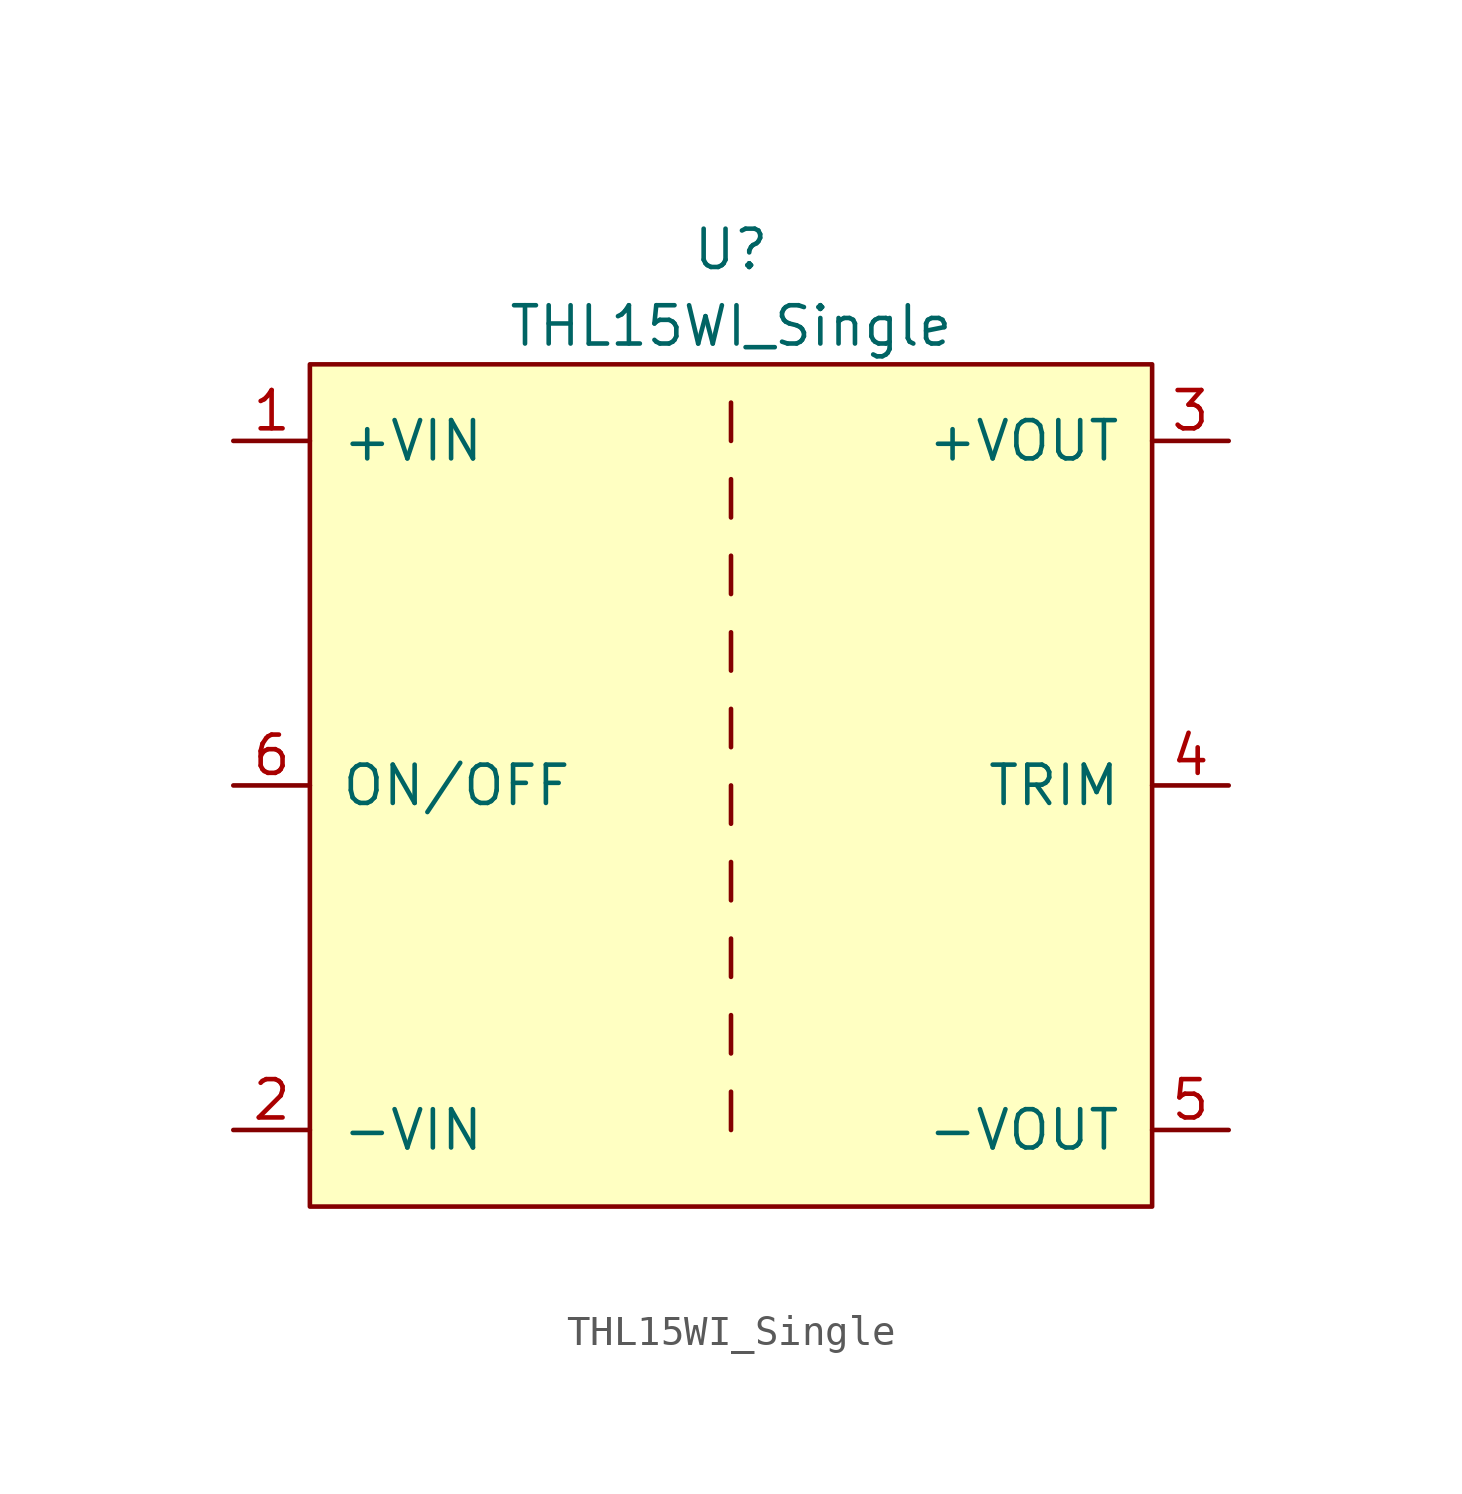
<source format=kicad_sym>
(kicad_symbol_lib
  (version 20211014)
  (generator kicad_symbol_editor)
  (symbol "THL15WI_Single"
    (pin_names
      (offset 1.016))
    (property "Reference" "U"
      (at 0 17.78 0)
      (effects (font (size 1.27 1.27))))
    (property "Value" "THL15WI_Single"
      (at 0 15.24 0)
      (effects (font (size 1.27 1.27))))
    (symbol "THL15WI_Single_0_1"
      (rectangle (start -13.97 13.97) (end 13.97 -13.97) (stroke (width 0) (type default) (color 0 0 0 0)) (fill (type background)))
      (polyline (pts (xy 0 -10.16) (xy 0 -11.43)) (stroke (width 0) (type default) (color 0 0 0 0)) (fill (type none)))
      (polyline (pts (xy 0 -7.62) (xy 0 -8.89)) (stroke (width 0) (type default) (color 0 0 0 0)) (fill (type none)))
      (polyline (pts (xy 0 -5.08) (xy 0 -6.35)) (stroke (width 0) (type default) (color 0 0 0 0)) (fill (type none)))
      (polyline (pts (xy 0 -2.54) (xy 0 -3.81)) (stroke (width 0) (type default) (color 0 0 0 0)) (fill (type none)))
      (polyline (pts (xy 0 0) (xy 0 -1.27)) (stroke (width 0) (type default) (color 0 0 0 0)) (fill (type none)))
      (polyline (pts (xy 0 2.54) (xy 0 1.27)) (stroke (width 0) (type default) (color 0 0 0 0)) (fill (type none)))
      (polyline (pts (xy 0 5.08) (xy 0 3.81)) (stroke (width 0) (type default) (color 0 0 0 0)) (fill (type none)))
      (polyline (pts (xy 0 7.62) (xy 0 6.35)) (stroke (width 0) (type default) (color 0 0 0 0)) (fill (type none)))
      (polyline (pts (xy 0 10.16) (xy 0 8.89)) (stroke (width 0) (type default) (color 0 0 0 0)) (fill (type none)))
      (polyline (pts (xy 0 12.7) (xy 0 11.43)) (stroke (width 0) (type default) (color 0 0 0 0)) (fill (type none))))
    (symbol "THL15WI_Single_1_1"
      (pin passive line (at -16.51 11.43 0) (length 2.54) (name "+VIN" (effects (font (size 1.27 1.27)))) (number "1" (effects (font (size 1.27 1.27)))))
      (pin passive line (at -16.51 -11.43 0) (length 2.54) (name "-VIN" (effects (font (size 1.27 1.27)))) (number "2" (effects (font (size 1.27 1.27)))))
      (pin passive line (at 16.51 11.43 180) (length 2.54) (name "+VOUT" (effects (font (size 1.27 1.27)))) (number "3" (effects (font (size 1.27 1.27)))))
      (pin passive line (at 16.51 0 180) (length 2.54) (name "TRIM" (effects (font (size 1.27 1.27)))) (number "4" (effects (font (size 1.27 1.27)))))
      (pin passive line (at 16.51 -11.43 180) (length 2.54) (name "-VOUT" (effects (font (size 1.27 1.27)))) (number "5" (effects (font (size 1.27 1.27)))))
      (pin passive line (at -16.51 0 0) (length 2.54) (name "ON/OFF" (effects (font (size 1.27 1.27)))) (number "6" (effects (font (size 1.27 1.27))))))))
</source>
